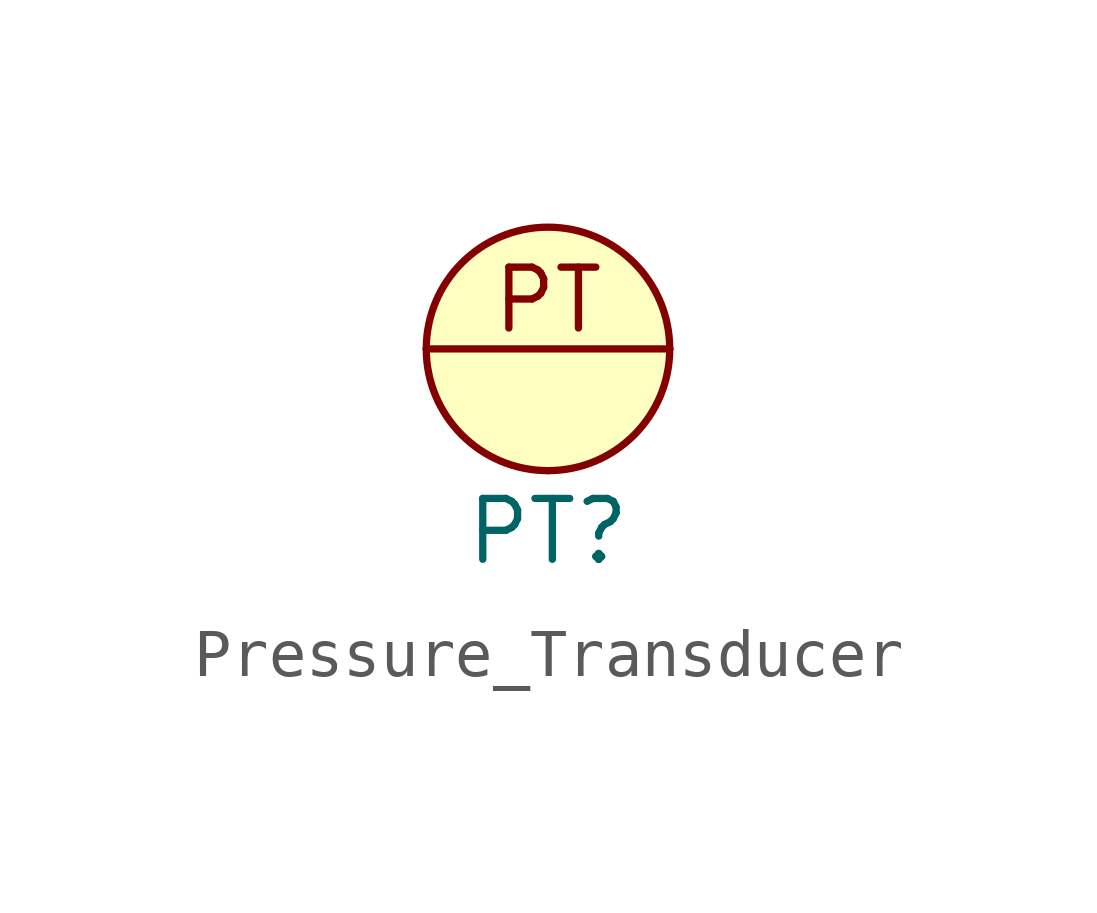
<source format=kicad_sym>
(kicad_symbol_lib
  (version 20241209)
  (generator "kicad_symbol_editor")
  (generator_version "9.0")
  (symbol "Pressure_Transducer"
    (property "Reference" "PT"
      (at 0 -3.81 0)
      (effects (font (size 1.27 1.27))))
    (symbol "Pressure_Transducer_0_1"
      (polyline (pts (xy -2.54 0) (xy 2.54 0)) (stroke (width 0) (type default)) (fill (type none))))
    (symbol "Pressure_Transducer_1_1"
      (circle (center 0 0) (radius 2.54) (stroke (width 0) (type default)) (fill (type background)))
      (text "PT\n" (at 0 1.016 0) (effects (font (size 1.27 1.27))))
      (pin passive line (at -2.54 0 0) (length 0) (name "" (effects (font (size 1.27 1.27)))) (number "" (effects (font (size 1.27 1.27)))))
      (pin passive line (at 0 -2.54 90) (length 0) (name "" (effects (font (size 1.27 1.27)))) (number "" (effects (font (size 1.27 1.27)))))
      (pin passive line (at 2.54 0 180) (length 0) (name "" (effects (font (size 1.27 1.27)))) (number "" (effects (font (size 1.27 1.27))))))))
</source>
